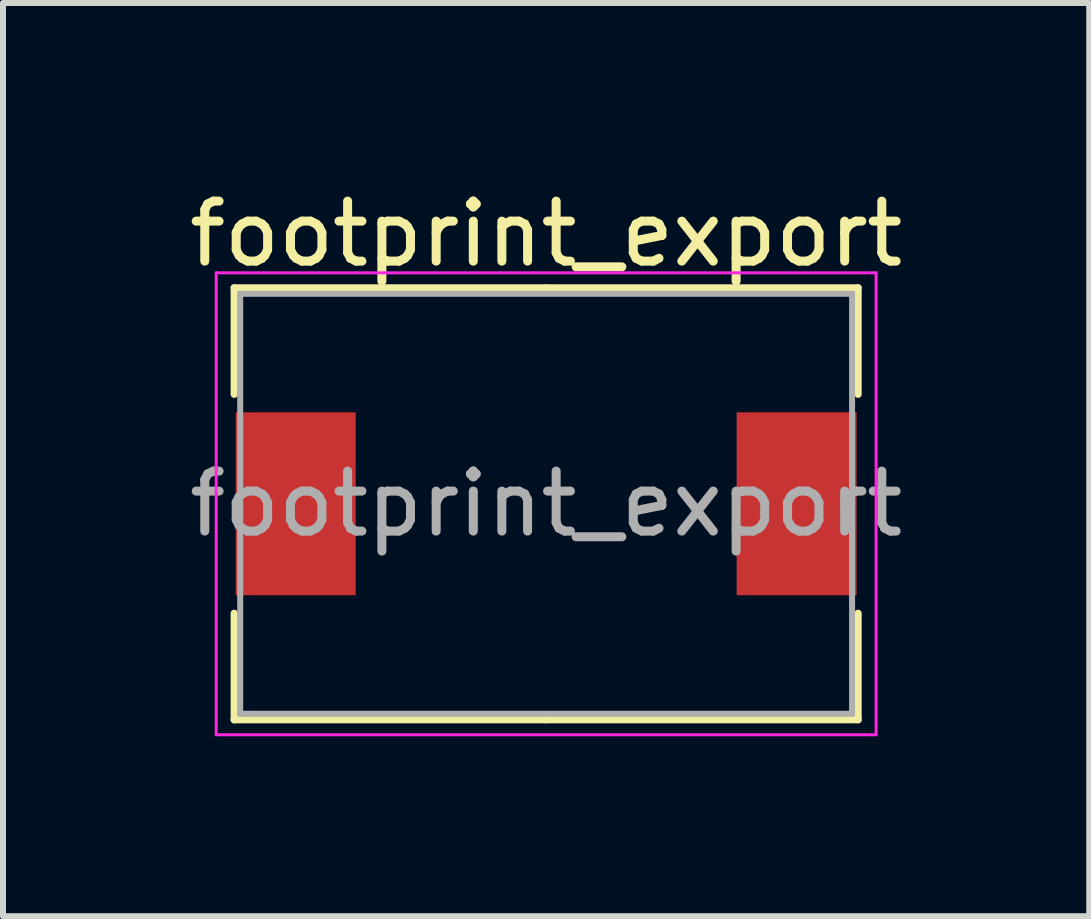
<source format=kicad_pcb>
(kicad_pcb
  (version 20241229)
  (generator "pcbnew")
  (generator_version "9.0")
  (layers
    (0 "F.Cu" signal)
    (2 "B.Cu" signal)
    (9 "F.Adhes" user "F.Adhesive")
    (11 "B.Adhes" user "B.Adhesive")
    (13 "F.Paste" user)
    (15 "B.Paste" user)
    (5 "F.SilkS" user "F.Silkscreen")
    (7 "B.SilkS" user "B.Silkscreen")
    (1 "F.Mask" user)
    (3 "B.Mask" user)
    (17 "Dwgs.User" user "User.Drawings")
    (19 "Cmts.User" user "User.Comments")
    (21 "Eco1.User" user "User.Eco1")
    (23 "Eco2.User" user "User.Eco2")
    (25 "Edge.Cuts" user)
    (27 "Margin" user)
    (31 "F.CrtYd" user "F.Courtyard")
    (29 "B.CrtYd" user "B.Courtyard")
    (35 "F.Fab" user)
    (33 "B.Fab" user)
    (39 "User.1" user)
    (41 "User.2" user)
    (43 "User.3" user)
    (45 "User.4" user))
  (footprint "footprint_export"
    (layer "F.Cu")
    (at 6.054 5.348)
    (property "Reference" "footprint_export" (at 0 -4.5 0) (layer "F.SilkS") (effects (font (size 1 1) (thickness 0.15))))
    (attr smd)
    (fp_line (start -5.2 -3.6) (end 0 -3.6) (stroke (width 0.12) (type solid)) (layer "F.SilkS"))
    (fp_line (start -5.2 -1.825) (end -5.2 -3.6) (stroke (width 0.12) (type solid)) (layer "F.SilkS"))
    (fp_line (start -5.2 1.825) (end -5.2 3.6) (stroke (width 0.12) (type solid)) (layer "F.SilkS"))
    (fp_line (start -5.2 3.6) (end 0 3.6) (stroke (width 0.12) (type solid)) (layer "F.SilkS"))
    (fp_line (start 5.2 -3.6) (end 0 -3.6) (stroke (width 0.12) (type solid)) (layer "F.SilkS"))
    (fp_line (start 5.2 -1.825) (end 5.2 -3.6) (stroke (width 0.12) (type solid)) (layer "F.SilkS"))
    (fp_line (start 5.2 1.825) (end 5.2 3.6) (stroke (width 0.12) (type solid)) (layer "F.SilkS"))
    (fp_line (start 5.2 3.6) (end 0 3.6) (stroke (width 0.12) (type solid)) (layer "F.SilkS"))
    (fp_line (start -5.5 -3.85) (end -5.5 3.85) (stroke (width 0.05) (type solid)) (layer "F.CrtYd"))
    (fp_line (start -5.5 3.85) (end 5.5 3.85) (stroke (width 0.05) (type solid)) (layer "F.CrtYd"))
    (fp_line (start 5.5 -3.85) (end -5.5 -3.85) (stroke (width 0.05) (type solid)) (layer "F.CrtYd"))
    (fp_line (start 5.5 3.85) (end 5.5 -3.85) (stroke (width 0.05) (type solid)) (layer "F.CrtYd"))
    (fp_line (start -5.1 -3.5) (end -5.1 3.5) (stroke (width 0.1) (type solid)) (layer "F.Fab"))
    (fp_line (start -5.1 3.5) (end 5.1 3.5) (stroke (width 0.1) (type solid)) (layer "F.Fab"))
    (fp_line (start 5.1 -3.5) (end -5.1 -3.5) (stroke (width 0.1) (type solid)) (layer "F.Fab"))
    (fp_line (start 5.1 3.5) (end 5.1 -3.5) (stroke (width 0.1) (type solid)) (layer "F.Fab"))
    (fp_text user "${REFERENCE}" (at 0 0 0) (layer "F.Fab") (effects (font (size 1 1) (thickness 0.15))))
    (pad "1" smd rect (at -4.175 0) (size 2 3.05) (layers "F.Cu" "F.Mask" "F.Paste"))
    (pad "2" smd rect (at 4.175 0) (size 2 3.05) (layers "F.Cu" "F.Mask" "F.Paste")))
  (gr_rect
    (start -3 -3)
    (end 15.107 12.223)
    (stroke (width 0.1) (type default))
    (fill no)
    (layer "Edge.Cuts")))
</source>
